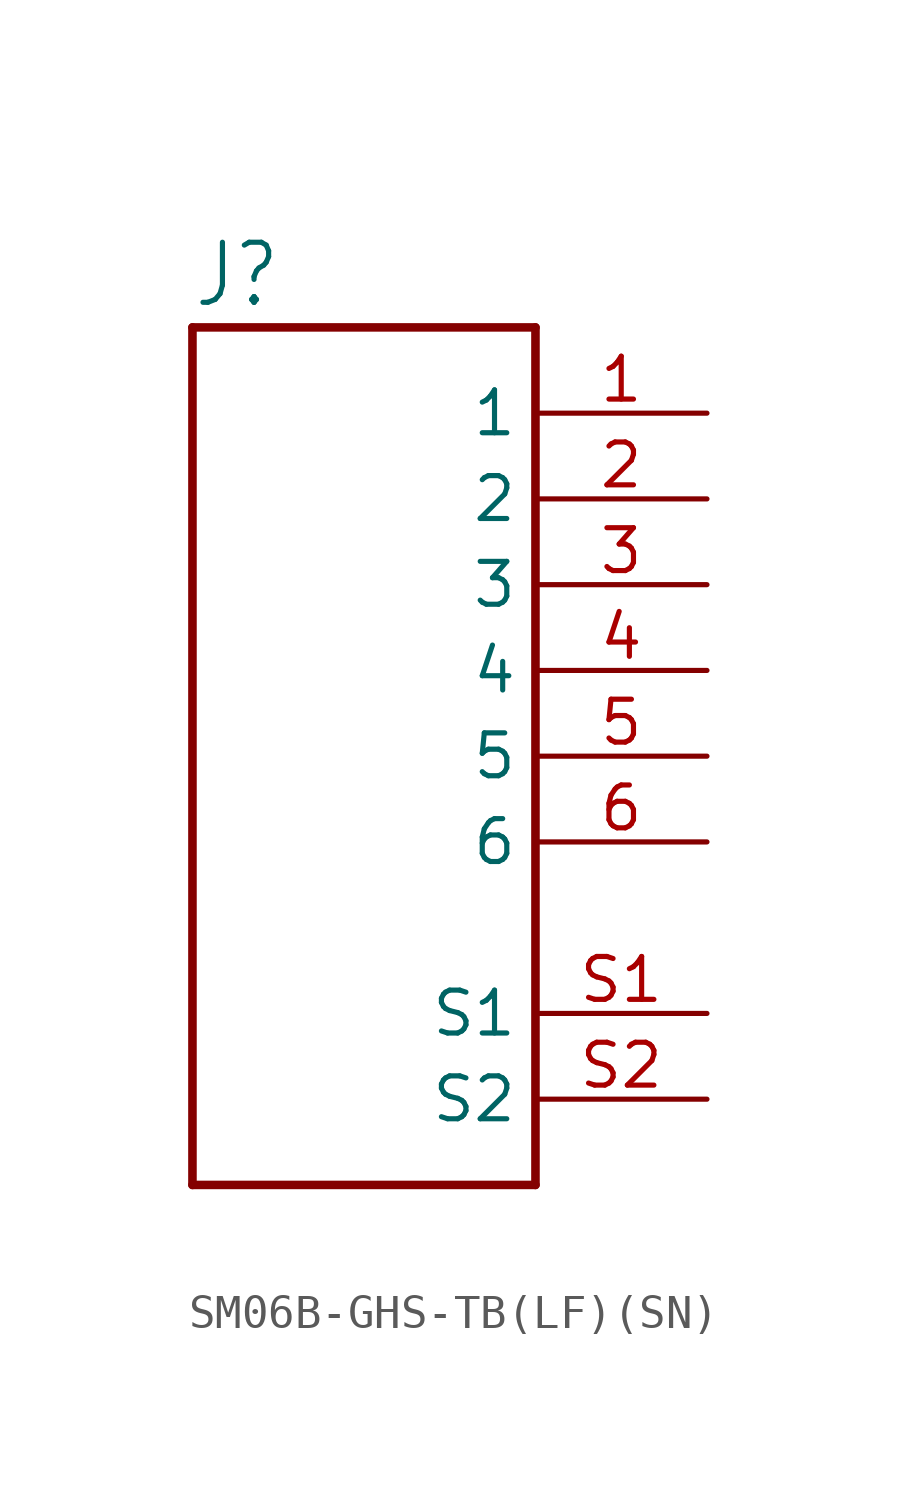
<source format=kicad_sym>
(kicad_symbol_lib
  (version 20231120)
  (generator "kicad_symbol_editor")
  (generator_version "8.0")
  (symbol "SM06B-GHS-TB(LF)(SN)"
    (property "Reference" "J"
      (at -5.084 13.218 0)
      (effects (font (size 1.779 1.512)) (justify left bottom)))
    (property "Value" ""
      (at -5.086 -12.718 0)
      (effects (font (size 1.78 1.513)) (justify left bottom)))
    (property "ki_locked" ""
      (at 0 0 0)
      (effects (font (size 1.27 1.27))))
    (symbol "SM06B-GHS-TB(LF)(SN)_1_0"
      (polyline (pts (xy -5.08 -12.7) (xy 5.08 -12.7)) (stroke (width 0.254) (type solid)) (fill (type none)))
      (polyline (pts (xy -5.08 12.7) (xy -5.08 -12.7)) (stroke (width 0.254) (type solid)) (fill (type none)))
      (polyline (pts (xy 5.08 -12.7) (xy 5.08 12.7)) (stroke (width 0.254) (type solid)) (fill (type none)))
      (polyline (pts (xy 5.08 12.7) (xy -5.08 12.7)) (stroke (width 0.254) (type solid)) (fill (type none)))
      (pin passive line (at 10.16 10.16 180) (length 5.08) (name "1" (effects (font (size 1.27 1.27)))) (number "1" (effects (font (size 1.27 1.27)))))
      (pin passive line (at 10.16 7.62 180) (length 5.08) (name "2" (effects (font (size 1.27 1.27)))) (number "2" (effects (font (size 1.27 1.27)))))
      (pin passive line (at 10.16 5.08 180) (length 5.08) (name "3" (effects (font (size 1.27 1.27)))) (number "3" (effects (font (size 1.27 1.27)))))
      (pin passive line (at 10.16 2.54 180) (length 5.08) (name "4" (effects (font (size 1.27 1.27)))) (number "4" (effects (font (size 1.27 1.27)))))
      (pin passive line (at 10.16 0 180) (length 5.08) (name "5" (effects (font (size 1.27 1.27)))) (number "5" (effects (font (size 1.27 1.27)))))
      (pin passive line (at 10.16 -2.54 180) (length 5.08) (name "6" (effects (font (size 1.27 1.27)))) (number "6" (effects (font (size 1.27 1.27)))))
      (pin power_in line (at 10.16 -7.62 180) (length 5.08) (name "S1" (effects (font (size 1.27 1.27)))) (number "S1" (effects (font (size 1.27 1.27)))))
      (pin power_in line (at 10.16 -10.16 180) (length 5.08) (name "S2" (effects (font (size 1.27 1.27)))) (number "S2" (effects (font (size 1.27 1.27))))))))
</source>
